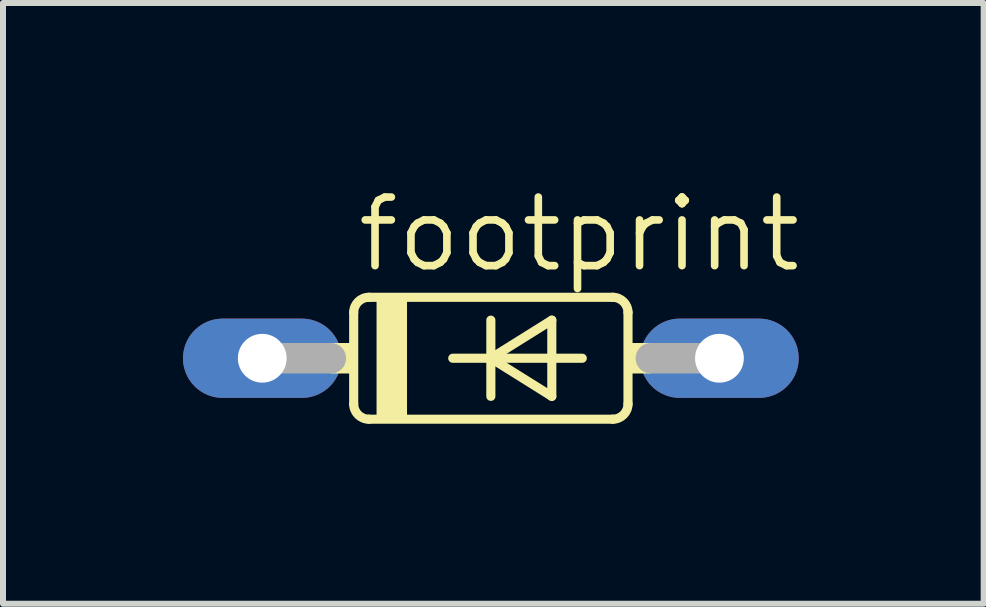
<source format=kicad_pcb>
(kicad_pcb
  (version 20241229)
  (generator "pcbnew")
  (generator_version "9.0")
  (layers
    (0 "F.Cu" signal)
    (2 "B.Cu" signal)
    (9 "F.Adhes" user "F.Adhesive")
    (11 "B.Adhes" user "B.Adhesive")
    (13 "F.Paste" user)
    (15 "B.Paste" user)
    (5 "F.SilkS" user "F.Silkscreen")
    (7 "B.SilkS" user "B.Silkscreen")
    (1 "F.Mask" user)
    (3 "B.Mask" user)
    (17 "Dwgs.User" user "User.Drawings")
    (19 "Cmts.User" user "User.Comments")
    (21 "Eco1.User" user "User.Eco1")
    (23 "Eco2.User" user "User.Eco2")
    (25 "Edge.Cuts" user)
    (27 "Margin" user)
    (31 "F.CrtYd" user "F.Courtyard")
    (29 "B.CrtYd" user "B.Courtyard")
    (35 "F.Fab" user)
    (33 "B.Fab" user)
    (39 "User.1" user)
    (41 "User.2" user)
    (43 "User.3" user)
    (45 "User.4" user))
  (footprint "footprint"
    (layer "F.Cu")
    (at 5.131 2.921)
    (property "Reference" "footprint" (at -2.286 -1.397 0) (layer "F.SilkS") (effects (font (size 1.143 1.143) (thickness 0.127)) (justify left bottom)))
    (fp_line (start -2.286 -0.762) (end -2.286 0.762) (stroke (width 0.152) (type solid)) (layer "F.SilkS"))
    (fp_line (start -2.032 -1.016) (end 2.032 -1.016) (stroke (width 0.152) (type solid)) (layer "F.SilkS"))
    (fp_line (start -2.032 1.016) (end 2.032 1.016) (stroke (width 0.152) (type solid)) (layer "F.SilkS"))
    (fp_line (start -0.635 0) (end 0 0) (stroke (width 0.152) (type solid)) (layer "F.SilkS"))
    (fp_line (start 0 -0.635) (end 0 0) (stroke (width 0.152) (type solid)) (layer "F.SilkS"))
    (fp_line (start 0 0) (end 0 0.635) (stroke (width 0.152) (type solid)) (layer "F.SilkS"))
    (fp_line (start 0 0) (end 1.016 -0.635) (stroke (width 0.152) (type solid)) (layer "F.SilkS"))
    (fp_line (start 0 0) (end 1.524 0) (stroke (width 0.152) (type solid)) (layer "F.SilkS"))
    (fp_line (start 1.016 -0.635) (end 1.016 0.635) (stroke (width 0.152) (type solid)) (layer "F.SilkS"))
    (fp_line (start 1.016 0.635) (end 0 0) (stroke (width 0.152) (type solid)) (layer "F.SilkS"))
    (fp_line (start 2.286 -0.762) (end 2.286 0.762) (stroke (width 0.152) (type solid)) (layer "F.SilkS"))
    (fp_arc (start -2.286 -0.762) (mid -2.211605 -0.941605) (end -2.032 -1.016) (stroke (width 0.1524) (type solid)) (layer "F.SilkS"))
    (fp_arc (start -2.032 1.016) (mid -2.211605 0.941605) (end -2.286 0.762) (stroke (width 0.1524) (type solid)) (layer "F.SilkS"))
    (fp_arc (start 2.032 -1.016) (mid 2.211605 -0.941605) (end 2.286 -0.762) (stroke (width 0.1524) (type solid)) (layer "F.SilkS"))
    (fp_arc (start 2.286 0.762) (mid 2.211605 0.941605) (end 2.032 1.016) (stroke (width 0.1524) (type solid)) (layer "F.SilkS"))
    (fp_poly (pts (xy -2.667 0.254) (xy -2.286 0.254) (xy -2.286 -0.254) (xy -2.667 -0.254)) (stroke (width 0) (type solid)) (fill yes) (layer "F.SilkS"))
    (fp_poly (pts (xy -1.905 1.016) (xy -1.397 1.016) (xy -1.397 -1.016) (xy -1.905 -1.016)) (stroke (width 0) (type solid)) (fill yes) (layer "F.SilkS"))
    (fp_poly (pts (xy 2.286 0.254) (xy 2.667 0.254) (xy 2.667 -0.254) (xy 2.286 -0.254)) (stroke (width 0) (type solid)) (fill yes) (layer "F.SilkS"))
    (fp_line (start -3.81 0) (end -2.667 0) (stroke (width 0.508) (type solid)) (layer "F.Fab"))
    (fp_line (start 3.81 0) (end 2.667 0) (stroke (width 0.508) (type solid)) (layer "F.Fab"))
    (pad "A" thru_hole oval (at 3.81 0) (size 2.642 1.321) (drill 0.813) (layers "*.Cu" "*.Mask"))
    (pad "C" thru_hole oval (at -3.81 0) (size 2.642 1.321) (drill 0.813) (layers "*.Cu" "*.Mask")))
  (gr_rect
    (start -3 -3)
    (end 13.345 7.013)
    (stroke (width 0.1) (type default))
    (fill no)
    (layer "Edge.Cuts")))
</source>
